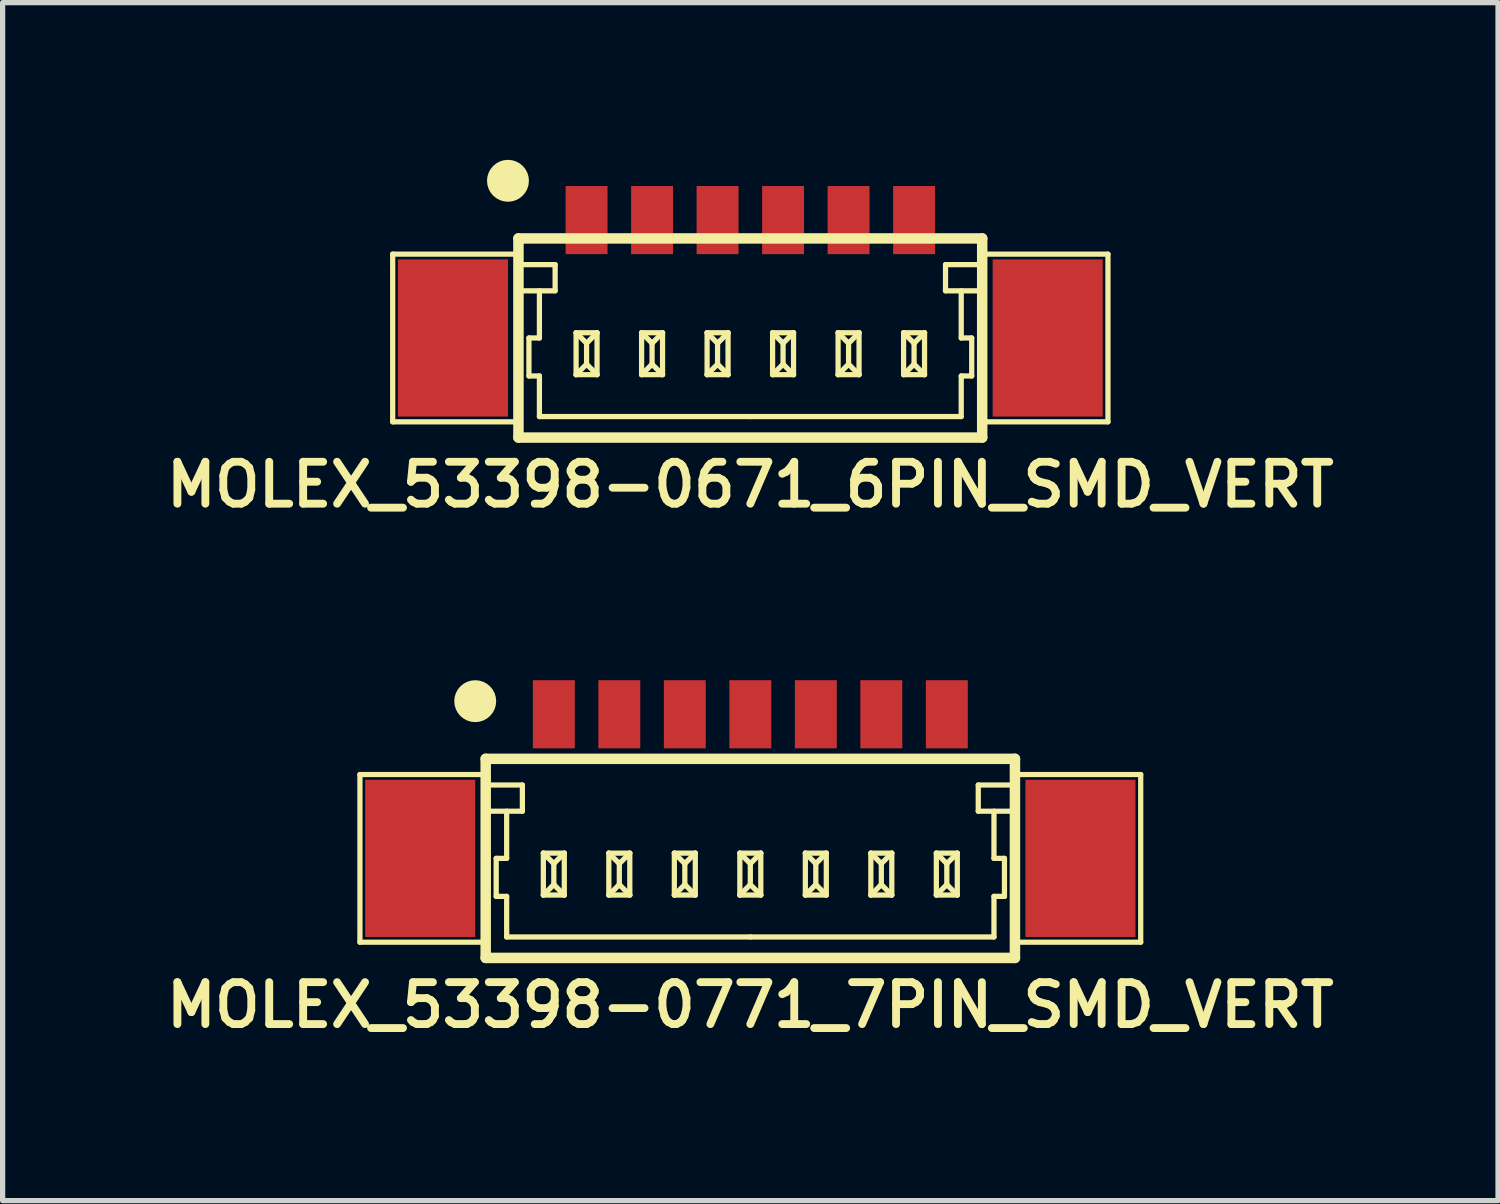
<source format=kicad_pcb>
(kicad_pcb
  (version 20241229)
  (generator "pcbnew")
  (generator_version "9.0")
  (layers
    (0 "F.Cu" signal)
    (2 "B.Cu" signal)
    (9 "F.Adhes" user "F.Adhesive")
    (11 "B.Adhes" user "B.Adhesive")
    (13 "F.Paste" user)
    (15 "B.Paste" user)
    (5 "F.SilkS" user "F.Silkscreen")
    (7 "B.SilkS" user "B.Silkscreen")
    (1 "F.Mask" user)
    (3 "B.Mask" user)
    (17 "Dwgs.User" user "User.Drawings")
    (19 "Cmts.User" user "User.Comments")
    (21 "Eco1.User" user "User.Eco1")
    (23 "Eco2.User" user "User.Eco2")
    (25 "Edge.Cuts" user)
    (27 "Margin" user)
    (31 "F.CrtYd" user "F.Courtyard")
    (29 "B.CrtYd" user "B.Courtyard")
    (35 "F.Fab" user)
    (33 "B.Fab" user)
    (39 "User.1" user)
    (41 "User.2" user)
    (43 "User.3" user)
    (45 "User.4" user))
  (footprint "MOLEX_53398-0671_6PIN_SMD_VERT"
    (layer "F.Cu")
    (at 11.269 3.4)
    (property "Reference" "MOLEX_53398-0671_6PIN_SMD_VERT" (at 0 2.8 0) (layer "F.SilkS") (effects (font (size 0.8 0.8) (thickness 0.15))))
    (attr through_hole)
    (fp_line (start -6.825 -1.6) (end -4.425 -1.6) (stroke (width 0.1) (type solid)) (layer "F.SilkS"))
    (fp_line (start -6.825 1.6) (end -6.825 -1.6) (stroke (width 0.1) (type solid)) (layer "F.SilkS"))
    (fp_line (start -4.425 -1.9) (end -4.425 1.9) (stroke (width 0.2) (type solid)) (layer "F.SilkS"))
    (fp_line (start -4.425 -1.9) (end 4.425 -1.9) (stroke (width 0.2) (type solid)) (layer "F.SilkS"))
    (fp_line (start -4.425 -0.9) (end -3.725 -0.9) (stroke (width 0.1) (type solid)) (layer "F.SilkS"))
    (fp_line (start -4.425 1.6) (end -6.825 1.6) (stroke (width 0.1) (type solid)) (layer "F.SilkS"))
    (fp_line (start -4.425 1.9) (end 4.425 1.9) (stroke (width 0.2) (type solid)) (layer "F.SilkS"))
    (fp_line (start -4.225 0) (end -4.025 0) (stroke (width 0.1) (type solid)) (layer "F.SilkS"))
    (fp_line (start -4.225 0.725) (end -4.225 0) (stroke (width 0.1) (type solid)) (layer "F.SilkS"))
    (fp_line (start -4.025 0) (end -4.025 -0.9) (stroke (width 0.1) (type solid)) (layer "F.SilkS"))
    (fp_line (start -4.025 0.725) (end -4.225 0.725) (stroke (width 0.1) (type solid)) (layer "F.SilkS"))
    (fp_line (start -4.025 1.5) (end -4.025 0.725) (stroke (width 0.1) (type solid)) (layer "F.SilkS"))
    (fp_line (start -3.725 -1.4) (end -4.425 -1.4) (stroke (width 0.1) (type solid)) (layer "F.SilkS"))
    (fp_line (start -3.725 -0.9) (end -3.725 -1.4) (stroke (width 0.1) (type solid)) (layer "F.SilkS"))
    (fp_line (start -3.325 -0.1) (end -3.325 0.7) (stroke (width 0.1) (type solid)) (layer "F.SilkS"))
    (fp_line (start -3.325 -0.1) (end -3.125 0.1) (stroke (width 0.1) (type solid)) (layer "F.SilkS"))
    (fp_line (start -3.325 -0.1) (end -2.925 -0.1) (stroke (width 0.1) (type solid)) (layer "F.SilkS"))
    (fp_line (start -3.325 0.7) (end -3.125 0.5) (stroke (width 0.1) (type solid)) (layer "F.SilkS"))
    (fp_line (start -3.325 0.7) (end -2.925 0.7) (stroke (width 0.1) (type solid)) (layer "F.SilkS"))
    (fp_line (start -3.125 0.1) (end -2.925 -0.1) (stroke (width 0.1) (type solid)) (layer "F.SilkS"))
    (fp_line (start -3.125 0.5) (end -3.125 0.1) (stroke (width 0.1) (type solid)) (layer "F.SilkS"))
    (fp_line (start -3.125 0.5) (end -2.925 0.7) (stroke (width 0.1) (type solid)) (layer "F.SilkS"))
    (fp_line (start -2.925 -0.1) (end -2.925 0.7) (stroke (width 0.1) (type solid)) (layer "F.SilkS"))
    (fp_line (start -2.075 -0.1) (end -2.075 0.7) (stroke (width 0.1) (type solid)) (layer "F.SilkS"))
    (fp_line (start -2.075 -0.1) (end -1.875 0.1) (stroke (width 0.1) (type solid)) (layer "F.SilkS"))
    (fp_line (start -2.075 -0.1) (end -1.675 -0.1) (stroke (width 0.1) (type solid)) (layer "F.SilkS"))
    (fp_line (start -2.075 0.7) (end -1.875 0.5) (stroke (width 0.1) (type solid)) (layer "F.SilkS"))
    (fp_line (start -2.075 0.7) (end -1.675 0.7) (stroke (width 0.1) (type solid)) (layer "F.SilkS"))
    (fp_line (start -1.875 0.1) (end -1.675 -0.1) (stroke (width 0.1) (type solid)) (layer "F.SilkS"))
    (fp_line (start -1.875 0.5) (end -1.875 0.1) (stroke (width 0.1) (type solid)) (layer "F.SilkS"))
    (fp_line (start -1.875 0.5) (end -1.675 0.7) (stroke (width 0.1) (type solid)) (layer "F.SilkS"))
    (fp_line (start -1.675 -0.1) (end -1.675 0.7) (stroke (width 0.1) (type solid)) (layer "F.SilkS"))
    (fp_line (start -0.825 -0.1) (end -0.825 0.7) (stroke (width 0.1) (type solid)) (layer "F.SilkS"))
    (fp_line (start -0.825 -0.1) (end -0.625 0.1) (stroke (width 0.1) (type solid)) (layer "F.SilkS"))
    (fp_line (start -0.825 -0.1) (end -0.425 -0.1) (stroke (width 0.1) (type solid)) (layer "F.SilkS"))
    (fp_line (start -0.825 0.7) (end -0.625 0.5) (stroke (width 0.1) (type solid)) (layer "F.SilkS"))
    (fp_line (start -0.825 0.7) (end -0.425 0.7) (stroke (width 0.1) (type solid)) (layer "F.SilkS"))
    (fp_line (start -0.625 0.1) (end -0.425 -0.1) (stroke (width 0.1) (type solid)) (layer "F.SilkS"))
    (fp_line (start -0.625 0.5) (end -0.625 0.1) (stroke (width 0.1) (type solid)) (layer "F.SilkS"))
    (fp_line (start -0.625 0.5) (end -0.425 0.7) (stroke (width 0.1) (type solid)) (layer "F.SilkS"))
    (fp_line (start -0.425 -0.1) (end -0.425 0.7) (stroke (width 0.1) (type solid)) (layer "F.SilkS"))
    (fp_line (start 0 1.5) (end -4.025 1.5) (stroke (width 0.1) (type solid)) (layer "F.SilkS"))
    (fp_line (start 0 1.5) (end 4.025 1.5) (stroke (width 0.1) (type solid)) (layer "F.SilkS"))
    (fp_line (start 0.425 -0.1) (end 0.425 0.7) (stroke (width 0.1) (type solid)) (layer "F.SilkS"))
    (fp_line (start 0.425 -0.1) (end 0.625 0.1) (stroke (width 0.1) (type solid)) (layer "F.SilkS"))
    (fp_line (start 0.425 -0.1) (end 0.825 -0.1) (stroke (width 0.1) (type solid)) (layer "F.SilkS"))
    (fp_line (start 0.425 0.7) (end 0.625 0.5) (stroke (width 0.1) (type solid)) (layer "F.SilkS"))
    (fp_line (start 0.425 0.7) (end 0.825 0.7) (stroke (width 0.1) (type solid)) (layer "F.SilkS"))
    (fp_line (start 0.625 0.1) (end 0.825 -0.1) (stroke (width 0.1) (type solid)) (layer "F.SilkS"))
    (fp_line (start 0.625 0.5) (end 0.625 0.1) (stroke (width 0.1) (type solid)) (layer "F.SilkS"))
    (fp_line (start 0.625 0.5) (end 0.825 0.7) (stroke (width 0.1) (type solid)) (layer "F.SilkS"))
    (fp_line (start 0.825 -0.1) (end 0.825 0.7) (stroke (width 0.1) (type solid)) (layer "F.SilkS"))
    (fp_line (start 1.675 -0.1) (end 1.675 0.7) (stroke (width 0.1) (type solid)) (layer "F.SilkS"))
    (fp_line (start 1.675 -0.1) (end 1.875 0.1) (stroke (width 0.1) (type solid)) (layer "F.SilkS"))
    (fp_line (start 1.675 -0.1) (end 2.075 -0.1) (stroke (width 0.1) (type solid)) (layer "F.SilkS"))
    (fp_line (start 1.675 0.7) (end 1.875 0.5) (stroke (width 0.1) (type solid)) (layer "F.SilkS"))
    (fp_line (start 1.675 0.7) (end 2.075 0.7) (stroke (width 0.1) (type solid)) (layer "F.SilkS"))
    (fp_line (start 1.875 0.1) (end 2.075 -0.1) (stroke (width 0.1) (type solid)) (layer "F.SilkS"))
    (fp_line (start 1.875 0.5) (end 1.875 0.1) (stroke (width 0.1) (type solid)) (layer "F.SilkS"))
    (fp_line (start 1.875 0.5) (end 2.075 0.7) (stroke (width 0.1) (type solid)) (layer "F.SilkS"))
    (fp_line (start 2.075 -0.1) (end 2.075 0.7) (stroke (width 0.1) (type solid)) (layer "F.SilkS"))
    (fp_line (start 2.925 -0.1) (end 2.925 0.7) (stroke (width 0.1) (type solid)) (layer "F.SilkS"))
    (fp_line (start 2.925 -0.1) (end 3.125 0.1) (stroke (width 0.1) (type solid)) (layer "F.SilkS"))
    (fp_line (start 2.925 -0.1) (end 3.325 -0.1) (stroke (width 0.1) (type solid)) (layer "F.SilkS"))
    (fp_line (start 2.925 0.7) (end 3.125 0.5) (stroke (width 0.1) (type solid)) (layer "F.SilkS"))
    (fp_line (start 2.925 0.7) (end 3.325 0.7) (stroke (width 0.1) (type solid)) (layer "F.SilkS"))
    (fp_line (start 3.125 0.1) (end 3.325 -0.1) (stroke (width 0.1) (type solid)) (layer "F.SilkS"))
    (fp_line (start 3.125 0.5) (end 3.125 0.1) (stroke (width 0.1) (type solid)) (layer "F.SilkS"))
    (fp_line (start 3.125 0.5) (end 3.325 0.7) (stroke (width 0.1) (type solid)) (layer "F.SilkS"))
    (fp_line (start 3.325 -0.1) (end 3.325 0.7) (stroke (width 0.1) (type solid)) (layer "F.SilkS"))
    (fp_line (start 3.725 -1.4) (end 4.425 -1.4) (stroke (width 0.1) (type solid)) (layer "F.SilkS"))
    (fp_line (start 3.725 -0.9) (end 3.725 -1.4) (stroke (width 0.1) (type solid)) (layer "F.SilkS"))
    (fp_line (start 4.025 0) (end 4.025 -0.9) (stroke (width 0.1) (type solid)) (layer "F.SilkS"))
    (fp_line (start 4.025 0.725) (end 4.225 0.725) (stroke (width 0.1) (type solid)) (layer "F.SilkS"))
    (fp_line (start 4.025 1.5) (end 4.025 0.725) (stroke (width 0.1) (type solid)) (layer "F.SilkS"))
    (fp_line (start 4.225 0) (end 4.025 0) (stroke (width 0.1) (type solid)) (layer "F.SilkS"))
    (fp_line (start 4.225 0.725) (end 4.225 0) (stroke (width 0.1) (type solid)) (layer "F.SilkS"))
    (fp_line (start 4.425 -1.9) (end 4.425 1.9) (stroke (width 0.2) (type solid)) (layer "F.SilkS"))
    (fp_line (start 4.425 -0.9) (end 3.725 -0.9) (stroke (width 0.1) (type solid)) (layer "F.SilkS"))
    (fp_line (start 4.425 1.6) (end 6.825 1.6) (stroke (width 0.1) (type solid)) (layer "F.SilkS"))
    (fp_line (start 6.825 -1.6) (end 4.425 -1.6) (stroke (width 0.1) (type solid)) (layer "F.SilkS"))
    (fp_line (start 6.825 1.6) (end 6.825 -1.6) (stroke (width 0.1) (type solid)) (layer "F.SilkS"))
    (fp_circle (center -4.625 -3) (end -4.625 -2.8) (stroke (width 0.4) (type solid)) (fill no) (layer "F.SilkS"))
    (pad "" smd rect (at -5.675 0) (size 2.1 3) (layers "F.Cu" "F.Mask"))
    (pad "" smd rect (at 5.675 0) (size 2.1 3) (layers "F.Cu" "F.Mask"))
    (pad "1" smd rect (at -3.125 -2.25) (size 0.8 1.3) (layers "F.Cu" "F.Mask"))
    (pad "2" smd rect (at -1.875 -2.25) (size 0.8 1.3) (layers "F.Cu" "F.Mask"))
    (pad "3" smd rect (at -0.625 -2.25) (size 0.8 1.3) (layers "F.Cu" "F.Mask"))
    (pad "4" smd rect (at 0.625 -2.25) (size 0.8 1.3) (layers "F.Cu" "F.Mask"))
    (pad "5" smd rect (at 1.875 -2.25) (size 0.8 1.3) (layers "F.Cu" "F.Mask"))
    (pad "6" smd rect (at 3.125 -2.25) (size 0.8 1.3) (layers "F.Cu" "F.Mask")))
  (footprint "MOLEX_53398-0771_7PIN_SMD_VERT"
    (layer "F.Cu")
    (at 11.269 13.331)
    (property "Reference" "MOLEX_53398-0771_7PIN_SMD_VERT" (at 0 2.8 0) (layer "F.SilkS") (effects (font (size 0.8 0.8) (thickness 0.15))))
    (attr through_hole)
    (fp_line (start -7.45 -1.6) (end -5.05 -1.6) (stroke (width 0.1) (type solid)) (layer "F.SilkS"))
    (fp_line (start -7.45 1.6) (end -7.45 -1.6) (stroke (width 0.1) (type solid)) (layer "F.SilkS"))
    (fp_line (start -5.05 -1.9) (end -5.05 1.9) (stroke (width 0.2) (type solid)) (layer "F.SilkS"))
    (fp_line (start -5.05 -1.9) (end 5.05 -1.9) (stroke (width 0.2) (type solid)) (layer "F.SilkS"))
    (fp_line (start -5.05 -0.9) (end -4.35 -0.9) (stroke (width 0.1) (type solid)) (layer "F.SilkS"))
    (fp_line (start -5.05 1.6) (end -7.45 1.6) (stroke (width 0.1) (type solid)) (layer "F.SilkS"))
    (fp_line (start -5.05 1.9) (end 5.05 1.9) (stroke (width 0.2) (type solid)) (layer "F.SilkS"))
    (fp_line (start -4.85 0) (end -4.65 0) (stroke (width 0.1) (type solid)) (layer "F.SilkS"))
    (fp_line (start -4.85 0.725) (end -4.85 0) (stroke (width 0.1) (type solid)) (layer "F.SilkS"))
    (fp_line (start -4.65 0) (end -4.65 -0.9) (stroke (width 0.1) (type solid)) (layer "F.SilkS"))
    (fp_line (start -4.65 0.725) (end -4.85 0.725) (stroke (width 0.1) (type solid)) (layer "F.SilkS"))
    (fp_line (start -4.65 1.5) (end -4.65 0.725) (stroke (width 0.1) (type solid)) (layer "F.SilkS"))
    (fp_line (start -4.35 -1.4) (end -5.05 -1.4) (stroke (width 0.1) (type solid)) (layer "F.SilkS"))
    (fp_line (start -4.35 -0.9) (end -4.35 -1.4) (stroke (width 0.1) (type solid)) (layer "F.SilkS"))
    (fp_line (start -3.95 -0.1) (end -3.95 0.7) (stroke (width 0.1) (type solid)) (layer "F.SilkS"))
    (fp_line (start -3.95 -0.1) (end -3.75 0.1) (stroke (width 0.1) (type solid)) (layer "F.SilkS"))
    (fp_line (start -3.95 -0.1) (end -3.55 -0.1) (stroke (width 0.1) (type solid)) (layer "F.SilkS"))
    (fp_line (start -3.95 0.7) (end -3.75 0.5) (stroke (width 0.1) (type solid)) (layer "F.SilkS"))
    (fp_line (start -3.95 0.7) (end -3.55 0.7) (stroke (width 0.1) (type solid)) (layer "F.SilkS"))
    (fp_line (start -3.75 0.1) (end -3.55 -0.1) (stroke (width 0.1) (type solid)) (layer "F.SilkS"))
    (fp_line (start -3.75 0.5) (end -3.75 0.1) (stroke (width 0.1) (type solid)) (layer "F.SilkS"))
    (fp_line (start -3.75 0.5) (end -3.55 0.7) (stroke (width 0.1) (type solid)) (layer "F.SilkS"))
    (fp_line (start -3.55 -0.1) (end -3.55 0.7) (stroke (width 0.1) (type solid)) (layer "F.SilkS"))
    (fp_line (start -2.7 -0.1) (end -2.7 0.7) (stroke (width 0.1) (type solid)) (layer "F.SilkS"))
    (fp_line (start -2.7 -0.1) (end -2.5 0.1) (stroke (width 0.1) (type solid)) (layer "F.SilkS"))
    (fp_line (start -2.7 -0.1) (end -2.3 -0.1) (stroke (width 0.1) (type solid)) (layer "F.SilkS"))
    (fp_line (start -2.7 0.7) (end -2.5 0.5) (stroke (width 0.1) (type solid)) (layer "F.SilkS"))
    (fp_line (start -2.7 0.7) (end -2.3 0.7) (stroke (width 0.1) (type solid)) (layer "F.SilkS"))
    (fp_line (start -2.5 0.1) (end -2.3 -0.1) (stroke (width 0.1) (type solid)) (layer "F.SilkS"))
    (fp_line (start -2.5 0.5) (end -2.5 0.1) (stroke (width 0.1) (type solid)) (layer "F.SilkS"))
    (fp_line (start -2.5 0.5) (end -2.3 0.7) (stroke (width 0.1) (type solid)) (layer "F.SilkS"))
    (fp_line (start -2.3 -0.1) (end -2.3 0.7) (stroke (width 0.1) (type solid)) (layer "F.SilkS"))
    (fp_line (start -1.45 -0.1) (end -1.45 0.7) (stroke (width 0.1) (type solid)) (layer "F.SilkS"))
    (fp_line (start -1.45 -0.1) (end -1.25 0.1) (stroke (width 0.1) (type solid)) (layer "F.SilkS"))
    (fp_line (start -1.45 -0.1) (end -1.05 -0.1) (stroke (width 0.1) (type solid)) (layer "F.SilkS"))
    (fp_line (start -1.45 0.7) (end -1.25 0.5) (stroke (width 0.1) (type solid)) (layer "F.SilkS"))
    (fp_line (start -1.45 0.7) (end -1.05 0.7) (stroke (width 0.1) (type solid)) (layer "F.SilkS"))
    (fp_line (start -1.25 0.1) (end -1.05 -0.1) (stroke (width 0.1) (type solid)) (layer "F.SilkS"))
    (fp_line (start -1.25 0.5) (end -1.25 0.1) (stroke (width 0.1) (type solid)) (layer "F.SilkS"))
    (fp_line (start -1.25 0.5) (end -1.05 0.7) (stroke (width 0.1) (type solid)) (layer "F.SilkS"))
    (fp_line (start -1.05 -0.1) (end -1.05 0.7) (stroke (width 0.1) (type solid)) (layer "F.SilkS"))
    (fp_line (start -0.2 -0.1) (end -0.2 0.7) (stroke (width 0.1) (type solid)) (layer "F.SilkS"))
    (fp_line (start -0.2 -0.1) (end 0 0.1) (stroke (width 0.1) (type solid)) (layer "F.SilkS"))
    (fp_line (start -0.2 -0.1) (end 0.2 -0.1) (stroke (width 0.1) (type solid)) (layer "F.SilkS"))
    (fp_line (start -0.2 0.7) (end 0 0.5) (stroke (width 0.1) (type solid)) (layer "F.SilkS"))
    (fp_line (start -0.2 0.7) (end 0.2 0.7) (stroke (width 0.1) (type solid)) (layer "F.SilkS"))
    (fp_line (start 0 0.1) (end 0.2 -0.1) (stroke (width 0.1) (type solid)) (layer "F.SilkS"))
    (fp_line (start 0 0.5) (end 0 0.1) (stroke (width 0.1) (type solid)) (layer "F.SilkS"))
    (fp_line (start 0 0.5) (end 0.2 0.7) (stroke (width 0.1) (type solid)) (layer "F.SilkS"))
    (fp_line (start 0 1.5) (end -4.65 1.5) (stroke (width 0.1) (type solid)) (layer "F.SilkS"))
    (fp_line (start 0 1.5) (end 4.65 1.5) (stroke (width 0.1) (type solid)) (layer "F.SilkS"))
    (fp_line (start 0.2 -0.1) (end 0.2 0.7) (stroke (width 0.1) (type solid)) (layer "F.SilkS"))
    (fp_line (start 1.05 -0.1) (end 1.05 0.7) (stroke (width 0.1) (type solid)) (layer "F.SilkS"))
    (fp_line (start 1.05 -0.1) (end 1.25 0.1) (stroke (width 0.1) (type solid)) (layer "F.SilkS"))
    (fp_line (start 1.05 -0.1) (end 1.45 -0.1) (stroke (width 0.1) (type solid)) (layer "F.SilkS"))
    (fp_line (start 1.05 0.7) (end 1.25 0.5) (stroke (width 0.1) (type solid)) (layer "F.SilkS"))
    (fp_line (start 1.05 0.7) (end 1.45 0.7) (stroke (width 0.1) (type solid)) (layer "F.SilkS"))
    (fp_line (start 1.25 0.1) (end 1.45 -0.1) (stroke (width 0.1) (type solid)) (layer "F.SilkS"))
    (fp_line (start 1.25 0.5) (end 1.25 0.1) (stroke (width 0.1) (type solid)) (layer "F.SilkS"))
    (fp_line (start 1.25 0.5) (end 1.45 0.7) (stroke (width 0.1) (type solid)) (layer "F.SilkS"))
    (fp_line (start 1.45 -0.1) (end 1.45 0.7) (stroke (width 0.1) (type solid)) (layer "F.SilkS"))
    (fp_line (start 2.3 -0.1) (end 2.3 0.7) (stroke (width 0.1) (type solid)) (layer "F.SilkS"))
    (fp_line (start 2.3 -0.1) (end 2.5 0.1) (stroke (width 0.1) (type solid)) (layer "F.SilkS"))
    (fp_line (start 2.3 -0.1) (end 2.7 -0.1) (stroke (width 0.1) (type solid)) (layer "F.SilkS"))
    (fp_line (start 2.3 0.7) (end 2.5 0.5) (stroke (width 0.1) (type solid)) (layer "F.SilkS"))
    (fp_line (start 2.3 0.7) (end 2.7 0.7) (stroke (width 0.1) (type solid)) (layer "F.SilkS"))
    (fp_line (start 2.5 0.1) (end 2.7 -0.1) (stroke (width 0.1) (type solid)) (layer "F.SilkS"))
    (fp_line (start 2.5 0.5) (end 2.5 0.1) (stroke (width 0.1) (type solid)) (layer "F.SilkS"))
    (fp_line (start 2.5 0.5) (end 2.7 0.7) (stroke (width 0.1) (type solid)) (layer "F.SilkS"))
    (fp_line (start 2.7 -0.1) (end 2.7 0.7) (stroke (width 0.1) (type solid)) (layer "F.SilkS"))
    (fp_line (start 3.55 -0.1) (end 3.55 0.7) (stroke (width 0.1) (type solid)) (layer "F.SilkS"))
    (fp_line (start 3.55 -0.1) (end 3.75 0.1) (stroke (width 0.1) (type solid)) (layer "F.SilkS"))
    (fp_line (start 3.55 -0.1) (end 3.95 -0.1) (stroke (width 0.1) (type solid)) (layer "F.SilkS"))
    (fp_line (start 3.55 0.7) (end 3.75 0.5) (stroke (width 0.1) (type solid)) (layer "F.SilkS"))
    (fp_line (start 3.55 0.7) (end 3.95 0.7) (stroke (width 0.1) (type solid)) (layer "F.SilkS"))
    (fp_line (start 3.75 0.1) (end 3.95 -0.1) (stroke (width 0.1) (type solid)) (layer "F.SilkS"))
    (fp_line (start 3.75 0.5) (end 3.75 0.1) (stroke (width 0.1) (type solid)) (layer "F.SilkS"))
    (fp_line (start 3.75 0.5) (end 3.95 0.7) (stroke (width 0.1) (type solid)) (layer "F.SilkS"))
    (fp_line (start 3.95 -0.1) (end 3.95 0.7) (stroke (width 0.1) (type solid)) (layer "F.SilkS"))
    (fp_line (start 4.35 -1.4) (end 5.05 -1.4) (stroke (width 0.1) (type solid)) (layer "F.SilkS"))
    (fp_line (start 4.35 -0.9) (end 4.35 -1.4) (stroke (width 0.1) (type solid)) (layer "F.SilkS"))
    (fp_line (start 4.65 0) (end 4.65 -0.9) (stroke (width 0.1) (type solid)) (layer "F.SilkS"))
    (fp_line (start 4.65 0.725) (end 4.85 0.725) (stroke (width 0.1) (type solid)) (layer "F.SilkS"))
    (fp_line (start 4.65 1.5) (end 4.65 0.725) (stroke (width 0.1) (type solid)) (layer "F.SilkS"))
    (fp_line (start 4.85 0) (end 4.65 0) (stroke (width 0.1) (type solid)) (layer "F.SilkS"))
    (fp_line (start 4.85 0.725) (end 4.85 0) (stroke (width 0.1) (type solid)) (layer "F.SilkS"))
    (fp_line (start 5.05 -1.9) (end 5.05 1.9) (stroke (width 0.2) (type solid)) (layer "F.SilkS"))
    (fp_line (start 5.05 -0.9) (end 4.35 -0.9) (stroke (width 0.1) (type solid)) (layer "F.SilkS"))
    (fp_line (start 5.05 1.6) (end 7.45 1.6) (stroke (width 0.1) (type solid)) (layer "F.SilkS"))
    (fp_line (start 7.45 -1.6) (end 5.05 -1.6) (stroke (width 0.1) (type solid)) (layer "F.SilkS"))
    (fp_line (start 7.45 1.6) (end 7.45 -1.6) (stroke (width 0.1) (type solid)) (layer "F.SilkS"))
    (fp_circle (center -5.25 -3) (end -5.25 -2.8) (stroke (width 0.4) (type solid)) (fill no) (layer "F.SilkS"))
    (pad "" smd rect (at -6.3 0) (size 2.1 3) (layers "F.Cu" "F.Mask"))
    (pad "" smd rect (at 6.3 0) (size 2.1 3) (layers "F.Cu" "F.Mask"))
    (pad "1" smd rect (at -3.75 -2.75) (size 0.8 1.3) (layers "F.Cu" "F.Mask"))
    (pad "2" smd rect (at -2.5 -2.75) (size 0.8 1.3) (layers "F.Cu" "F.Mask"))
    (pad "3" smd rect (at -1.25 -2.75) (size 0.8 1.3) (layers "F.Cu" "F.Mask"))
    (pad "4" smd rect (at 0 -2.75) (size 0.8 1.3) (layers "F.Cu" "F.Mask"))
    (pad "5" smd rect (at 1.25 -2.75) (size 0.8 1.3) (layers "F.Cu" "F.Mask"))
    (pad "6" smd rect (at 2.5 -2.75) (size 0.8 1.3) (layers "F.Cu" "F.Mask"))
    (pad "7" smd rect (at 3.75 -2.75) (size 0.8 1.3) (layers "F.Cu" "F.Mask")))
  (gr_rect
    (start -3 -3)
    (end 25.538 19.863)
    (stroke (width 0.1) (type default))
    (fill no)
    (layer "Edge.Cuts")))
</source>
